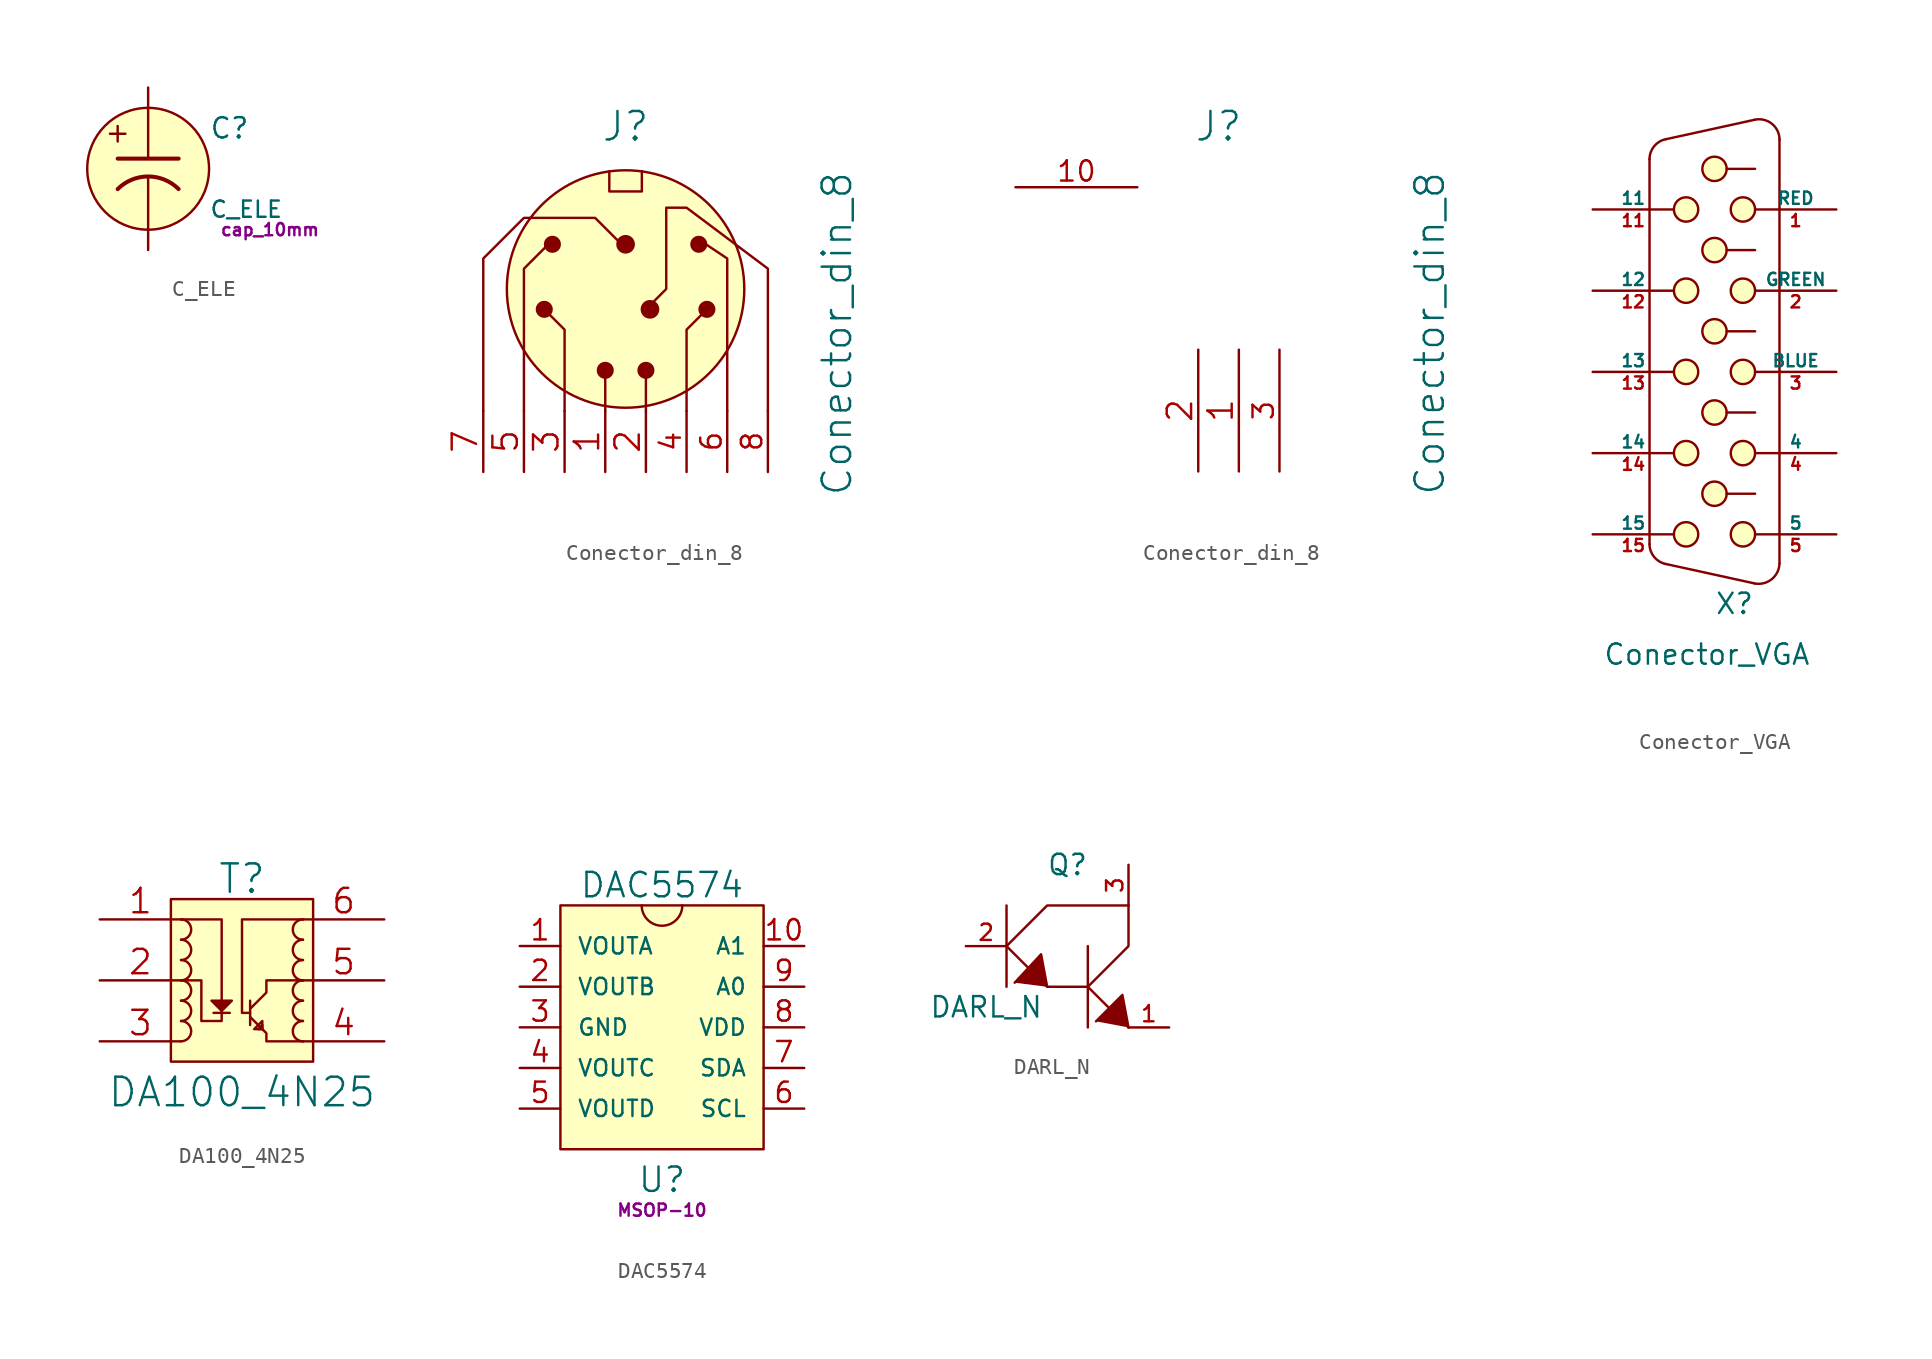
<source format=kicad_sym>
(kicad_symbol_lib
  (version 20220914)
  (generator kicad_symbol_editor)
  (symbol "C_ELE"
    (pin_numbers hide)
    (pin_names
      (offset 0.254) hide)
    (property "Reference" "C"
      (at 3.81 2.54 0)
      (effects (font (size 1.27 1.27)) (justify left)))
    (property "Value" "C_ELE"
      (at 3.81 -2.54 0)
      (effects (font (size 1.016 1.016)) (justify left)))
    (property "Footprint" "cap_10mm"
      (at 7.62 -3.81 0)
      (effects (font (size 0.762 0.762))))
    (property "Datasheet" ""
      (at 0 0 0)
      (effects (font (size 1.524 1.524))))
    (symbol "C_ELE_0_0"
      (text "+" (at -1.905 2.286 0) (effects (font (size 1.27 1.27)))))
    (symbol "C_ELE_0_1"
      (polyline (pts (xy -1.905 0.635) (xy 1.905 0.635)) (stroke (width 0.254) (type default)) (fill (type none)))
      (circle (center 0 0) (radius 3.81) (stroke (width 0) (type default)) (fill (type background)))
      (arc (start 1.905 -1.27) (mid 0 -0.4809) (end -1.905 -1.27) (stroke (width 0.254) (type default)) (fill (type none))))
    (symbol "C_ELE_1_1"
      (pin passive line (at 0 5.08 270) (length 4.445) (name "~" (effects (font (size 1.016 1.016)))) (number "1" (effects (font (size 1.016 1.016)))))
      (pin passive line (at 0 -5.08 90) (length 4.445) (name "~" (effects (font (size 1.016 1.016)))) (number "2" (effects (font (size 1.016 1.016)))))))
  (symbol "Conector_din_8"
    (pin_names
      (offset 1.016) hide)
    (property "Reference" "J"
      (at 0 10.16 0)
      (effects (font (size 1.778 1.778))))
    (property "Value" "Conector_din_8"
      (at 13.208 -2.794 90)
      (effects (font (size 1.778 1.778))))
    (property "Datasheet" ""
      (at 0 0 0)
      (effects (font (size 1.524 1.524))))
    (symbol "Conector_din_8_0_1"
      (circle (center -5.08 -1.27) (radius 0.457) (stroke (width 0) (type default)) (fill (type outline)))
      (circle (center -4.572 2.794) (radius 0.457) (stroke (width 0) (type default)) (fill (type outline)))
      (circle (center -1.27 -5.08) (radius 0.457) (stroke (width 0) (type default)) (fill (type outline)))
      (polyline (pts (xy -1.27 -7.62) (xy -1.27 -5.08)) (stroke (width 0) (type default)) (fill (type none)))
      (polyline (pts (xy 1.27 -7.62) (xy 1.27 -5.08)) (stroke (width 0) (type default)) (fill (type none)))
      (polyline (pts (xy -3.81 -7.62) (xy -3.81 -2.54) (xy -5.08 -1.27)) (stroke (width 0) (type default)) (fill (type none)))
      (polyline (pts (xy 3.81 -7.62) (xy 3.81 -2.54) (xy 5.08 -1.27)) (stroke (width 0) (type default)) (fill (type none)))
      (polyline (pts (xy 6.35 -7.62) (xy 6.35 1.905) (xy 4.445 3.175)) (stroke (width 0) (type default)) (fill (type none)))
      (polyline (pts (xy -6.35 -7.62) (xy -6.35 0.635) (xy -6.35 1.27) (xy -4.445 3.175)) (stroke (width 0) (type default)) (fill (type none)))
      (polyline (pts (xy -1.016 7.366) (xy -1.016 6.096) (xy 1.016 6.096) (xy 1.016 7.366)) (stroke (width 0) (type default)) (fill (type none)))
      (polyline (pts (xy -8.89 -7.62) (xy -8.89 1.905) (xy -6.35 4.445) (xy -1.905 4.445) (xy 0 2.54)) (stroke (width 0) (type default)) (fill (type none)))
      (polyline (pts (xy 8.89 -7.62) (xy 8.89 1.27) (xy 3.81 5.08) (xy 2.54 5.08) (xy 2.54 1.905) (xy 2.54 0) (xy 1.27 -1.27)) (stroke (width 0) (type default)) (fill (type none)))
      (circle (center 0 0) (radius 7.417) (stroke (width 0) (type default)) (fill (type background)))
      (circle (center 0 2.794) (radius 0.508) (stroke (width 0) (type default)) (fill (type outline)))
      (circle (center 1.27 -5.08) (radius 0.457) (stroke (width 0) (type default)) (fill (type outline)))
      (circle (center 1.524 -1.27) (radius 0.508) (stroke (width 0) (type default)) (fill (type outline)))
      (circle (center 4.572 2.794) (radius 0.457) (stroke (width 0) (type default)) (fill (type outline)))
      (circle (center 5.08 -1.27) (radius 0.457) (stroke (width 0) (type default)) (fill (type outline))))
    (symbol "Conector_din_8_1_1"
      (pin bidirectional line (at -1.27 -11.43 90) (length 3.81) (name "~" (effects (font (size 1.524 1.524)))) (number "1" (effects (font (size 1.524 1.524)))))
      (pin bidirectional line (at 1.27 -11.43 90) (length 3.81) (name "~" (effects (font (size 1.524 1.524)))) (number "2" (effects (font (size 1.524 1.524)))))
      (pin bidirectional line (at -3.81 -11.43 90) (length 3.81) (name "~" (effects (font (size 1.524 1.524)))) (number "3" (effects (font (size 1.524 1.524)))))
      (pin input line (at 3.81 -11.43 90) (length 3.81) (name "~" (effects (font (size 1.27 1.27)))) (number "4" (effects (font (size 1.27 1.27)))))
      (pin bidirectional line (at -6.35 -11.43 90) (length 3.81) (name "~" (effects (font (size 1.524 1.524)))) (number "5" (effects (font (size 1.524 1.524)))))
      (pin input line (at 6.35 -11.43 90) (length 3.81) (name "~" (effects (font (size 1.27 1.27)))) (number "6" (effects (font (size 1.27 1.27)))))
      (pin bidirectional line (at -8.89 -11.43 90) (length 3.81) (name "~" (effects (font (size 1.524 1.524)))) (number "7" (effects (font (size 1.524 1.524)))))
      (pin input line (at 8.89 -11.43 90) (length 3.81) (name "~" (effects (font (size 1.27 1.27)))) (number "8" (effects (font (size 1.27 1.27))))))
    (symbol "Conector_din_8_1_2"
      (pin bidirectional line (at 1.27 -11.43 90) (length 7.62) (name "~" (effects (font (size 1.524 1.524)))) (number "1" (effects (font (size 1.524 1.524)))))
      (pin input line (at -12.7 6.35 0) (length 7.62) (name "S" (effects (font (size 1.27 1.27)))) (number "10" (effects (font (size 1.27 1.27)))))
      (pin bidirectional line (at -1.27 -11.43 90) (length 7.62) (name "~" (effects (font (size 1.524 1.524)))) (number "2" (effects (font (size 1.524 1.524)))))
      (pin input line (at 3.81 -11.43 90) (length 7.62) (name "~" (effects (font (size 1.27 1.27)))) (number "3" (effects (font (size 1.27 1.27)))))))
  (symbol "Conector_VGA"
    (pin_names
      (offset 0))
    (property "Reference" "X"
      (at 2.54 -15.24 0)
      (effects (font (size 1.27 1.27)) (justify left bottom)))
    (property "Value" "Conector_VGA"
      (at -4.445 -18.415 0)
      (effects (font (size 1.27 1.27)) (justify left bottom)))
    (property "Datasheet" ""
      (at 2.54 0 0)
      (effects (font (size 1.524 1.524))))
    (symbol "Conector_VGA_0_1"
      (polyline (pts (xy -1.524 13.31) (xy -1.524 -10.77)) (stroke (width 0) (type default)) (fill (type background)))
      (polyline (pts (xy 5.055 -13.233) (xy -0.508 -12.014)) (stroke (width 0) (type default)) (fill (type background)))
      (polyline (pts (xy 5.055 15.773) (xy -0.508 14.554)) (stroke (width 0) (type default)) (fill (type background)))
      (circle (center 0.762 -10.16) (radius 0.762) (stroke (width 0) (type default)) (fill (type background)))
      (circle (center 0.762 -5.08) (radius 0.762) (stroke (width 0) (type default)) (fill (type background)))
      (circle (center 0.762 0) (radius 0.762) (stroke (width 0) (type default)) (fill (type background)))
      (circle (center 0.762 5.08) (radius 0.762) (stroke (width 0) (type default)) (fill (type background)))
      (circle (center 0.762 10.16) (radius 0.762) (stroke (width 0) (type default)) (fill (type background)))
      (circle (center 2.54 -7.62) (radius 0.762) (stroke (width 0) (type default)) (fill (type background)))
      (circle (center 2.54 -2.54) (radius 0.762) (stroke (width 0) (type default)) (fill (type background)))
      (circle (center 2.54 2.54) (radius 0.762) (stroke (width 0) (type default)) (fill (type background)))
      (circle (center 2.54 7.62) (radius 0.762) (stroke (width 0) (type default)) (fill (type background)))
      (circle (center 2.54 12.7) (radius 0.762) (stroke (width 0) (type default)) (fill (type background)))
      (circle (center 4.318 -10.16) (radius 0.762) (stroke (width 0) (type default)) (fill (type background)))
      (circle (center 4.318 -5.08) (radius 0.762) (stroke (width 0) (type default)) (fill (type background)))
      (circle (center 4.318 0) (radius 0.762) (stroke (width 0) (type default)) (fill (type background)))
      (circle (center 4.318 5.08) (radius 0.762) (stroke (width 0) (type default)) (fill (type background)))
      (circle (center 4.318 10.16) (radius 0.762) (stroke (width 0) (type default)) (fill (type background))))
    (symbol "Conector_VGA_1_0"
      (polyline (pts (xy 5.08 -7.62) (xy 3.302 -7.62)) (stroke (width 0) (type default)) (fill (type none)))
      (polyline (pts (xy 5.08 -2.54) (xy 3.302 -2.54)) (stroke (width 0) (type default)) (fill (type none)))
      (polyline (pts (xy 5.08 2.54) (xy 3.302 2.54)) (stroke (width 0) (type default)) (fill (type none)))
      (polyline (pts (xy 5.08 7.62) (xy 3.302 7.62)) (stroke (width 0) (type default)) (fill (type none)))
      (polyline (pts (xy 5.08 12.7) (xy 3.302 12.7)) (stroke (width 0) (type default)) (fill (type none)))
      (polyline (pts (xy 6.604 14.529) (xy 6.604 -11.989)) (stroke (width 0) (type default)) (fill (type none))))
    (symbol "Conector_VGA_1_1"
      (arc (start -1.524 -10.7696) (mid -1.2377 -11.5728) (end -0.508 -12.0142) (stroke (width 0) (type default)) (fill (type none)))
      (arc (start -0.508 14.5542) (mid -1.2379 14.113) (end -1.524 13.3096) (stroke (width 0) (type default)) (fill (type none)))
      (arc (start 5.0546 -13.2334) (mid 6.112 -12.9727) (end 6.604 -11.9888) (stroke (width 0) (type default)) (fill (type none)))
      (arc (start 6.604 14.5288) (mid 6.1276 15.5203) (end 5.0546 15.7734) (stroke (width 0) (type default)) (fill (type none)))
      (pin passive line (at 10.16 10.16 180) (length 5.08) (name "RED" (effects (font (size 0.762 0.762)))) (number "1" (effects (font (size 0.762 0.762)))))
      (pin passive line (at -5.08 10.16 0) (length 5.08) (name "11" (effects (font (size 0.762 0.762)))) (number "11" (effects (font (size 0.762 0.762)))))
      (pin passive line (at -5.08 5.08 0) (length 5.08) (name "12" (effects (font (size 0.762 0.762)))) (number "12" (effects (font (size 0.762 0.762)))))
      (pin passive line (at -5.08 0 0) (length 5.08) (name "13" (effects (font (size 0.762 0.762)))) (number "13" (effects (font (size 0.762 0.762)))))
      (pin passive line (at -5.08 -5.08 0) (length 5.08) (name "14" (effects (font (size 0.762 0.762)))) (number "14" (effects (font (size 0.762 0.762)))))
      (pin passive line (at -5.08 -10.16 0) (length 5.08) (name "15" (effects (font (size 0.762 0.762)))) (number "15" (effects (font (size 0.762 0.762)))))
      (pin passive line (at 10.16 5.08 180) (length 5.08) (name "GREEN" (effects (font (size 0.762 0.762)))) (number "2" (effects (font (size 0.762 0.762)))))
      (pin passive line (at 10.16 0 180) (length 5.08) (name "BLUE" (effects (font (size 0.762 0.762)))) (number "3" (effects (font (size 0.762 0.762)))))
      (pin passive line (at 10.16 -5.08 180) (length 5.08) (name "4" (effects (font (size 0.762 0.762)))) (number "4" (effects (font (size 0.762 0.762)))))
      (pin passive line (at 10.16 -10.16 180) (length 5.08) (name "5" (effects (font (size 0.762 0.762)))) (number "5" (effects (font (size 0.762 0.762)))))))
  (symbol "DA100_4N25"
    (pin_names
      (offset 0.254) hide)
    (property "Reference" "T"
      (at 0 6.35 0)
      (effects (font (size 1.778 1.778))))
    (property "Value" "DA100_4N25"
      (at 0 -6.985 0)
      (effects (font (size 1.778 1.778))))
    (property "Footprint" ""
      (at -1.27 1.27 0)
      (effects (font (size 1.524 1.524))))
    (property "Datasheet" ""
      (at -1.27 1.27 0)
      (effects (font (size 1.524 1.524))))
    (symbol "DA100_4N25_0_1"
      (rectangle (start -4.445 5.08) (end 4.445 -5.08) (stroke (width 0) (type default)) (fill (type background)))
      (arc (start -3.81 -3.81) (mid -3.1777 -3.175) (end -3.81 -2.54) (stroke (width 0) (type default)) (fill (type none)))
      (arc (start -3.81 -2.54) (mid -3.1777 -1.905) (end -3.81 -1.27) (stroke (width 0) (type default)) (fill (type none)))
      (arc (start -3.81 -1.27) (mid -3.1777 -0.635) (end -3.81 0) (stroke (width 0) (type default)) (fill (type none)))
      (arc (start -3.81 0) (mid -3.1777 0.635) (end -3.81 1.27) (stroke (width 0) (type default)) (fill (type none)))
      (arc (start -3.81 1.27) (mid -3.1777 1.905) (end -3.81 2.54) (stroke (width 0) (type default)) (fill (type none)))
      (arc (start -3.81 2.54) (mid -3.1777 3.175) (end -3.81 3.81) (stroke (width 0) (type default)) (fill (type none)))
      (polyline (pts (xy -1.778 -2.032) (xy -0.762 -2.032)) (stroke (width 0) (type default)) (fill (type none)))
      (polyline (pts (xy 0.508 -1.27) (xy 0.508 -2.794)) (stroke (width 0) (type default)) (fill (type none)))
      (polyline (pts (xy -3.81 3.81) (xy -1.27 3.81) (xy -1.27 -1.27)) (stroke (width 0) (type default)) (fill (type none)))
      (polyline (pts (xy -1.905 -1.27) (xy -0.635 -1.27) (xy -1.27 -1.905) (xy -1.905 -1.27)) (stroke (width 0) (type default)) (fill (type outline)))
      (polyline (pts (xy 0.508 -2.286) (xy 1.524 -3.302) (xy 1.524 -3.81) (xy 3.81 -3.81)) (stroke (width 0) (type default)) (fill (type none)))
      (polyline (pts (xy 0.508 -1.778) (xy 1.524 -0.762) (xy 1.524 0) (xy 3.81 0)) (stroke (width 0) (type default)) (fill (type none)))
      (polyline (pts (xy 1.27 -3.048) (xy 1.27 -2.794) (xy 1.016 -3.048) (xy 1.27 -3.048)) (stroke (width 0) (type default)) (fill (type none)))
      (polyline (pts (xy 1.27 -3.048) (xy 1.27 -2.54) (xy 0.762 -3.048) (xy 1.27 -3.048)) (stroke (width 0) (type default)) (fill (type none)))
      (polyline (pts (xy 3.81 3.81) (xy 0 3.81) (xy 0 -2.032) (xy 0.508 -2.032)) (stroke (width 0) (type default)) (fill (type none)))
      (polyline (pts (xy -1.27 -1.905) (xy -1.27 -2.54) (xy -2.54 -2.54) (xy -2.54 0) (xy -3.81 0)) (stroke (width 0) (type default)) (fill (type none)))
      (arc (start 3.81 -2.54) (mid 3.1777 -3.175) (end 3.81 -3.81) (stroke (width 0) (type default)) (fill (type none)))
      (arc (start 3.81 -1.27) (mid 3.1777 -1.905) (end 3.81 -2.54) (stroke (width 0) (type default)) (fill (type none)))
      (arc (start 3.81 0) (mid 3.1777 -0.635) (end 3.81 -1.27) (stroke (width 0) (type default)) (fill (type none)))
      (arc (start 3.81 1.27) (mid 3.1777 0.635) (end 3.81 0) (stroke (width 0) (type default)) (fill (type none)))
      (arc (start 3.81 2.54) (mid 3.1777 1.905) (end 3.81 1.27) (stroke (width 0) (type default)) (fill (type none)))
      (arc (start 3.81 3.81) (mid 3.1777 3.175) (end 3.81 2.54) (stroke (width 0) (type default)) (fill (type none))))
    (symbol "DA100_4N25_1_1"
      (pin passive line (at -8.89 3.81 0) (length 5.08) (name "AA" (effects (font (size 1.524 1.524)))) (number "1" (effects (font (size 1.524 1.524)))))
      (pin passive line (at -8.89 0 0) (length 5.08) (name "AB" (effects (font (size 1.524 1.524)))) (number "2" (effects (font (size 1.524 1.524)))))
      (pin passive line (at -8.89 -3.81 0) (length 5.08) (name "~" (effects (font (size 1.524 1.524)))) (number "3" (effects (font (size 1.524 1.524)))))
      (pin passive line (at 8.89 -3.81 180) (length 5.08) (name "~" (effects (font (size 1.524 1.524)))) (number "4" (effects (font (size 1.524 1.524)))))
      (pin passive line (at 8.89 0 180) (length 5.08) (name "~" (effects (font (size 1.524 1.524)))) (number "5" (effects (font (size 1.524 1.524)))))
      (pin passive line (at 8.89 3.81 180) (length 5.08) (name "~" (effects (font (size 1.524 1.524)))) (number "6" (effects (font (size 1.524 1.524)))))))
  (symbol "DAC5574"
    (pin_names
      (offset 1.016))
    (property "Reference" "U"
      (at 0 -9.525 0)
      (effects (font (size 1.524 1.524))))
    (property "Value" "DAC5574"
      (at 0 8.89 0)
      (effects (font (size 1.524 1.524))))
    (property "Footprint" "MSOP-10"
      (at 0 -11.43 0)
      (effects (font (size 0.762 0.762))))
    (property "Datasheet" ""
      (at 0 0 0)
      (effects (font (size 1.524 1.524))))
    (symbol "DAC5574_0_1"
      (rectangle (start -6.35 7.62) (end 6.35 -7.62) (stroke (width 0) (type default)) (fill (type background)))
      (arc (start -1.27 7.62) (mid 0 6.3555) (end 1.27 7.62) (stroke (width 0) (type default)) (fill (type none))))
    (symbol "DAC5574_1_1"
      (pin bidirectional line (at -8.89 5.08 0) (length 2.54) (name "VOUTA" (effects (font (size 1.016 1.016)))) (number "1" (effects (font (size 1.27 1.27)))))
      (pin bidirectional line (at 8.89 5.08 180) (length 2.54) (name "A1" (effects (font (size 1.016 1.016)))) (number "10" (effects (font (size 1.27 1.27)))))
      (pin bidirectional line (at -8.89 2.54 0) (length 2.54) (name "VOUTB" (effects (font (size 1.016 1.016)))) (number "2" (effects (font (size 1.27 1.27)))))
      (pin bidirectional line (at -8.89 0 0) (length 2.54) (name "GND" (effects (font (size 1.016 1.016)))) (number "3" (effects (font (size 1.27 1.27)))))
      (pin bidirectional line (at -8.89 -2.54 0) (length 2.54) (name "VOUTC" (effects (font (size 1.016 1.016)))) (number "4" (effects (font (size 1.27 1.27)))))
      (pin bidirectional line (at -8.89 -5.08 0) (length 2.54) (name "VOUTD" (effects (font (size 1.016 1.016)))) (number "5" (effects (font (size 1.27 1.27)))))
      (pin bidirectional line (at 8.89 -5.08 180) (length 2.54) (name "SCL" (effects (font (size 1.016 1.016)))) (number "6" (effects (font (size 1.27 1.27)))))
      (pin bidirectional line (at 8.89 -2.54 180) (length 2.54) (name "SDA" (effects (font (size 1.016 1.016)))) (number "7" (effects (font (size 1.27 1.27)))))
      (pin bidirectional line (at 8.89 0 180) (length 2.54) (name "VDD" (effects (font (size 1.016 1.016)))) (number "8" (effects (font (size 1.27 1.27)))))
      (pin bidirectional line (at 8.89 2.54 180) (length 2.54) (name "A0" (effects (font (size 1.016 1.016)))) (number "9" (effects (font (size 1.27 1.27)))))))
  (symbol "DARL_N"
    (pin_names
      (offset 0.254))
    (property "Reference" "Q"
      (at 0 6.35 0)
      (effects (font (size 1.27 1.27))))
    (property "Value" "DARL_N"
      (at -5.08 -2.54 0)
      (effects (font (size 1.27 1.27))))
    (property "Footprint" ""
      (at 0 0 0)
      (effects (font (size 1.524 1.524))))
    (property "Datasheet" ""
      (at 0 0 0)
      (effects (font (size 1.524 1.524))))
    (symbol "DARL_N_0_0"
      (polyline (pts (xy -3.81 -1.27) (xy -3.81 3.81)) (stroke (width 0) (type default)) (fill (type none)))
      (polyline (pts (xy 1.27 1.27) (xy 1.27 -3.81)) (stroke (width 0) (type default)) (fill (type none))))
    (symbol "DARL_N_0_1"
      (polyline (pts (xy 1.27 -1.27) (xy 3.81 -3.81)) (stroke (width 0) (type default)) (fill (type none)))
      (polyline (pts (xy -3.81 1.27) (xy -1.27 -1.27) (xy 1.27 -1.27)) (stroke (width 0) (type default)) (fill (type none)))
      (polyline (pts (xy -3.81 1.27) (xy -1.27 3.81) (xy 3.81 3.81)) (stroke (width 0) (type default)) (fill (type none)))
      (polyline (pts (xy -1.27 -1.27) (xy -1.651 0.762) (xy -3.302 -1.016)) (stroke (width 0) (type default)) (fill (type outline)))
      (polyline (pts (xy 1.27 -1.27) (xy 3.81 1.27) (xy 3.81 3.81)) (stroke (width 0) (type default)) (fill (type none)))
      (polyline (pts (xy 3.81 -3.81) (xy 3.429 -1.778) (xy 1.778 -3.429)) (stroke (width 0) (type default)) (fill (type outline))))
    (symbol "DARL_N_1_1"
      (pin passive line (at 6.35 -3.81 180) (length 2.54) (name "~" (effects (font (size 1.016 1.016)))) (number "1" (effects (font (size 1.016 1.016)))))
      (pin input line (at -6.35 1.27 0) (length 2.54) (name "~" (effects (font (size 1.016 1.016)))) (number "2" (effects (font (size 1.016 1.016)))))
      (pin passive line (at 3.81 6.35 270) (length 2.54) (name "~" (effects (font (size 1.016 1.016)))) (number "3" (effects (font (size 1.016 1.016))))))))
</source>
